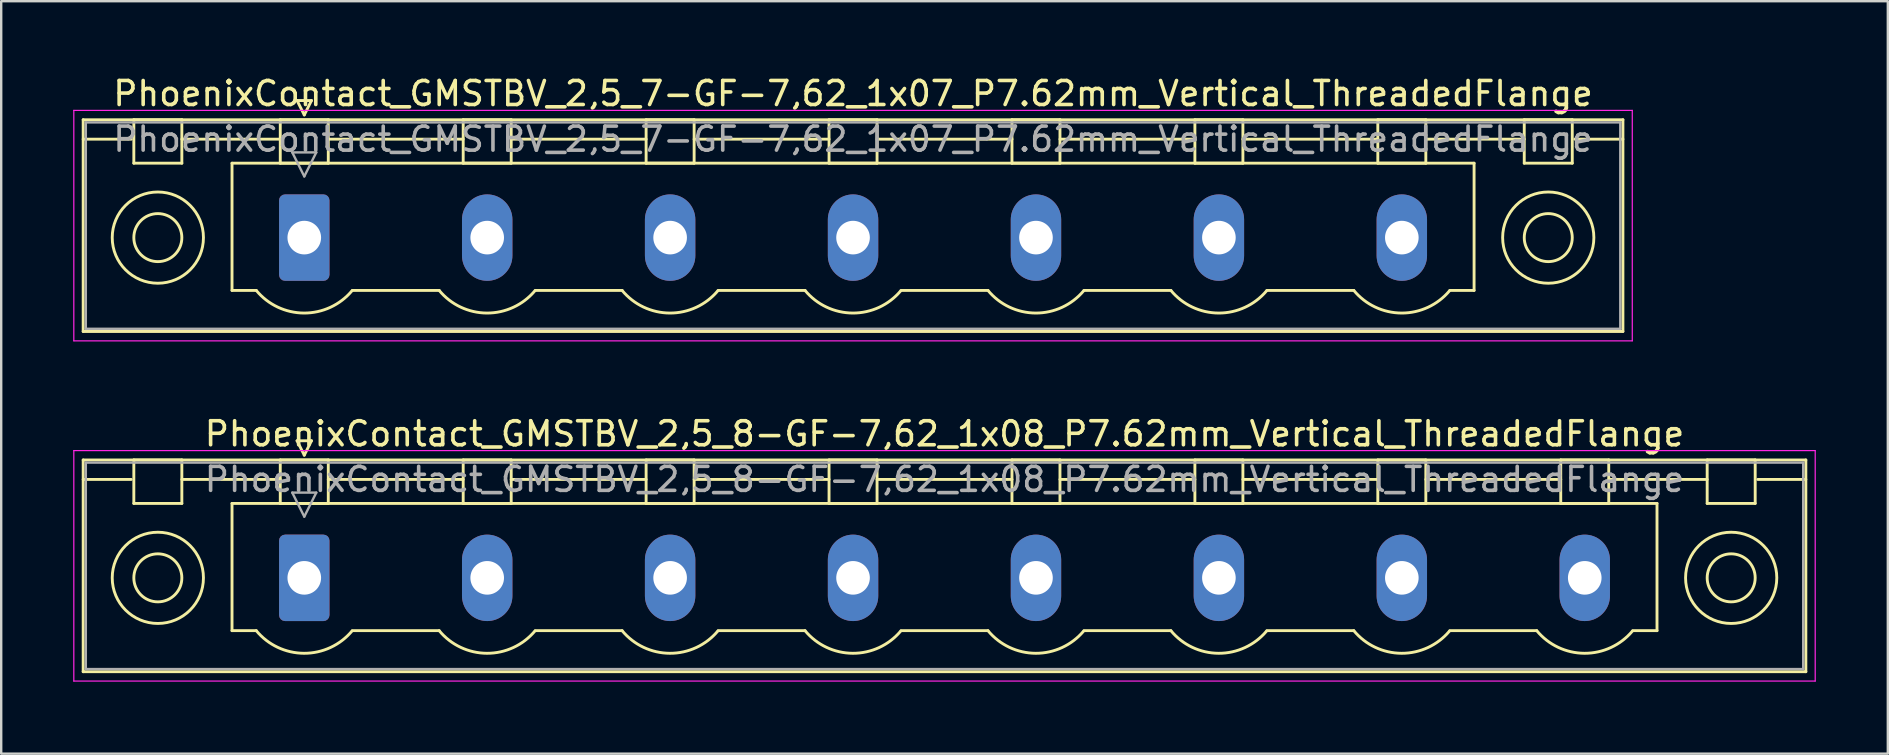
<source format=kicad_pcb>
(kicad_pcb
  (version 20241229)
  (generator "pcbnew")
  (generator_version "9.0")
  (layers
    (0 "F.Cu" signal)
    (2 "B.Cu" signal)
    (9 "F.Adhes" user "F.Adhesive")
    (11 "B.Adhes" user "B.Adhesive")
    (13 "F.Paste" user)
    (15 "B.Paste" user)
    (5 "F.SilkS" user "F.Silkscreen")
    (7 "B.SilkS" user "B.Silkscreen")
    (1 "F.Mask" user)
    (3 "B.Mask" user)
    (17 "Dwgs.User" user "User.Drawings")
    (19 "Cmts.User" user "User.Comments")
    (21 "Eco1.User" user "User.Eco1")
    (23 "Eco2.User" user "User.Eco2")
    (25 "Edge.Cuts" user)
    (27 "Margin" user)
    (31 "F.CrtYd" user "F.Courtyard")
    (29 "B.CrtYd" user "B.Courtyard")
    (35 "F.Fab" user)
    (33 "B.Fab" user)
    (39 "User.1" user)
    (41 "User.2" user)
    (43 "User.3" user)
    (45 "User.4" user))
  (footprint "PhoenixContact_GMSTBV_2,5_7-GF-7,62_1x07_P7.62mm_Vertical_ThreadedFlange"
    (layer "F.Cu")
    (at 9.625 6.848)
    (property "Reference" "PhoenixContact_GMSTBV_2,5_7-GF-7,62_1x07_P7.62mm_Vertical_ThreadedFlange" (at 22.86 -6 0) (layer "F.SilkS") (effects (font (size 1 1) (thickness 0.15))))
    (attr through_hole)
    (fp_line (start -9.21 -4.91) (end -9.21 3.91) (stroke (width 0.12) (type solid)) (layer "F.SilkS"))
    (fp_line (start -9.21 -4.1) (end -7.21 -4.1) (stroke (width 0.12) (type solid)) (layer "F.SilkS"))
    (fp_line (start -9.21 3.91) (end 54.93 3.91) (stroke (width 0.12) (type solid)) (layer "F.SilkS"))
    (fp_line (start -7.1 -4.91) (end -5.1 -4.91) (stroke (width 0.12) (type solid)) (layer "F.SilkS"))
    (fp_line (start -7.1 -3.1) (end -7.1 -4.91) (stroke (width 0.12) (type solid)) (layer "F.SilkS"))
    (fp_line (start -5.1 -4.91) (end -5.1 -3.1) (stroke (width 0.12) (type solid)) (layer "F.SilkS"))
    (fp_line (start -5.1 -4.1) (end -1 -4.1) (stroke (width 0.12) (type solid)) (layer "F.SilkS"))
    (fp_line (start -5.1 -3.1) (end -7.1 -3.1) (stroke (width 0.12) (type solid)) (layer "F.SilkS"))
    (fp_line (start -3.01 -3.1) (end 48.73 -3.1) (stroke (width 0.12) (type solid)) (layer "F.SilkS"))
    (fp_line (start -3.01 2.2) (end -3.01 -3.1) (stroke (width 0.12) (type solid)) (layer "F.SilkS"))
    (fp_line (start -2 2.2) (end -3.01 2.2) (stroke (width 0.12) (type solid)) (layer "F.SilkS"))
    (fp_line (start -1 -4.91) (end 1 -4.91) (stroke (width 0.12) (type solid)) (layer "F.SilkS"))
    (fp_line (start -1 -3.1) (end -1 -4.91) (stroke (width 0.12) (type solid)) (layer "F.SilkS"))
    (fp_line (start -0.3 -5.71) (end 0.3 -5.71) (stroke (width 0.12) (type solid)) (layer "F.SilkS"))
    (fp_line (start 0 -5.11) (end -0.3 -5.71) (stroke (width 0.12) (type solid)) (layer "F.SilkS"))
    (fp_line (start 0.3 -5.71) (end 0 -5.11) (stroke (width 0.12) (type solid)) (layer "F.SilkS"))
    (fp_line (start 1 -4.91) (end 1 -3.1) (stroke (width 0.12) (type solid)) (layer "F.SilkS"))
    (fp_line (start 1 -4.1) (end 6.62 -4.1) (stroke (width 0.12) (type solid)) (layer "F.SilkS"))
    (fp_line (start 1 -3.1) (end -1 -3.1) (stroke (width 0.12) (type solid)) (layer "F.SilkS"))
    (fp_line (start 2 2.2) (end 5.62 2.2) (stroke (width 0.12) (type solid)) (layer "F.SilkS"))
    (fp_line (start 6.62 -4.91) (end 8.62 -4.91) (stroke (width 0.12) (type solid)) (layer "F.SilkS"))
    (fp_line (start 6.62 -3.1) (end 6.62 -4.91) (stroke (width 0.12) (type solid)) (layer "F.SilkS"))
    (fp_line (start 8.62 -4.91) (end 8.62 -3.1) (stroke (width 0.12) (type solid)) (layer "F.SilkS"))
    (fp_line (start 8.62 -4.1) (end 14.24 -4.1) (stroke (width 0.12) (type solid)) (layer "F.SilkS"))
    (fp_line (start 8.62 -3.1) (end 6.62 -3.1) (stroke (width 0.12) (type solid)) (layer "F.SilkS"))
    (fp_line (start 9.62 2.2) (end 13.24 2.2) (stroke (width 0.12) (type solid)) (layer "F.SilkS"))
    (fp_line (start 14.24 -4.91) (end 16.24 -4.91) (stroke (width 0.12) (type solid)) (layer "F.SilkS"))
    (fp_line (start 14.24 -3.1) (end 14.24 -4.91) (stroke (width 0.12) (type solid)) (layer "F.SilkS"))
    (fp_line (start 16.24 -4.91) (end 16.24 -3.1) (stroke (width 0.12) (type solid)) (layer "F.SilkS"))
    (fp_line (start 16.24 -4.1) (end 21.86 -4.1) (stroke (width 0.12) (type solid)) (layer "F.SilkS"))
    (fp_line (start 16.24 -3.1) (end 14.24 -3.1) (stroke (width 0.12) (type solid)) (layer "F.SilkS"))
    (fp_line (start 17.24 2.2) (end 20.86 2.2) (stroke (width 0.12) (type solid)) (layer "F.SilkS"))
    (fp_line (start 21.86 -4.91) (end 23.86 -4.91) (stroke (width 0.12) (type solid)) (layer "F.SilkS"))
    (fp_line (start 21.86 -3.1) (end 21.86 -4.91) (stroke (width 0.12) (type solid)) (layer "F.SilkS"))
    (fp_line (start 23.86 -4.91) (end 23.86 -3.1) (stroke (width 0.12) (type solid)) (layer "F.SilkS"))
    (fp_line (start 23.86 -4.1) (end 29.48 -4.1) (stroke (width 0.12) (type solid)) (layer "F.SilkS"))
    (fp_line (start 23.86 -3.1) (end 21.86 -3.1) (stroke (width 0.12) (type solid)) (layer "F.SilkS"))
    (fp_line (start 24.86 2.2) (end 28.48 2.2) (stroke (width 0.12) (type solid)) (layer "F.SilkS"))
    (fp_line (start 29.48 -4.91) (end 31.48 -4.91) (stroke (width 0.12) (type solid)) (layer "F.SilkS"))
    (fp_line (start 29.48 -3.1) (end 29.48 -4.91) (stroke (width 0.12) (type solid)) (layer "F.SilkS"))
    (fp_line (start 31.48 -4.91) (end 31.48 -3.1) (stroke (width 0.12) (type solid)) (layer "F.SilkS"))
    (fp_line (start 31.48 -4.1) (end 37.1 -4.1) (stroke (width 0.12) (type solid)) (layer "F.SilkS"))
    (fp_line (start 31.48 -3.1) (end 29.48 -3.1) (stroke (width 0.12) (type solid)) (layer "F.SilkS"))
    (fp_line (start 32.48 2.2) (end 36.1 2.2) (stroke (width 0.12) (type solid)) (layer "F.SilkS"))
    (fp_line (start 37.1 -4.91) (end 39.1 -4.91) (stroke (width 0.12) (type solid)) (layer "F.SilkS"))
    (fp_line (start 37.1 -3.1) (end 37.1 -4.91) (stroke (width 0.12) (type solid)) (layer "F.SilkS"))
    (fp_line (start 39.1 -4.91) (end 39.1 -3.1) (stroke (width 0.12) (type solid)) (layer "F.SilkS"))
    (fp_line (start 39.1 -4.1) (end 44.72 -4.1) (stroke (width 0.12) (type solid)) (layer "F.SilkS"))
    (fp_line (start 39.1 -3.1) (end 37.1 -3.1) (stroke (width 0.12) (type solid)) (layer "F.SilkS"))
    (fp_line (start 40.1 2.2) (end 43.72 2.2) (stroke (width 0.12) (type solid)) (layer "F.SilkS"))
    (fp_line (start 44.72 -4.91) (end 46.72 -4.91) (stroke (width 0.12) (type solid)) (layer "F.SilkS"))
    (fp_line (start 44.72 -3.1) (end 44.72 -4.91) (stroke (width 0.12) (type solid)) (layer "F.SilkS"))
    (fp_line (start 46.72 -4.91) (end 46.72 -3.1) (stroke (width 0.12) (type solid)) (layer "F.SilkS"))
    (fp_line (start 46.72 -4.1) (end 50.82 -4.1) (stroke (width 0.12) (type solid)) (layer "F.SilkS"))
    (fp_line (start 46.72 -3.1) (end 44.72 -3.1) (stroke (width 0.12) (type solid)) (layer "F.SilkS"))
    (fp_line (start 48.73 -3.1) (end 48.73 2.2) (stroke (width 0.12) (type solid)) (layer "F.SilkS"))
    (fp_line (start 48.73 2.2) (end 47.72 2.2) (stroke (width 0.12) (type solid)) (layer "F.SilkS"))
    (fp_line (start 50.82 -4.91) (end 52.82 -4.91) (stroke (width 0.12) (type solid)) (layer "F.SilkS"))
    (fp_line (start 50.82 -3.1) (end 50.82 -4.91) (stroke (width 0.12) (type solid)) (layer "F.SilkS"))
    (fp_line (start 52.82 -4.91) (end 52.82 -3.1) (stroke (width 0.12) (type solid)) (layer "F.SilkS"))
    (fp_line (start 52.82 -3.1) (end 50.82 -3.1) (stroke (width 0.12) (type solid)) (layer "F.SilkS"))
    (fp_line (start 54.93 -4.91) (end -9.21 -4.91) (stroke (width 0.12) (type solid)) (layer "F.SilkS"))
    (fp_line (start 54.93 -4.1) (end 52.93 -4.1) (stroke (width 0.12) (type solid)) (layer "F.SilkS"))
    (fp_line (start 54.93 3.91) (end 54.93 -4.91) (stroke (width 0.12) (type solid)) (layer "F.SilkS"))
    (fp_arc (start 1.986842 2.215821) (mid -0.010289 3.142758) (end -2 2.2) (stroke (width 0.12) (type solid)) (layer "F.SilkS"))
    (fp_arc (start 9.606842 2.215821) (mid 7.609711 3.142758) (end 5.62 2.2) (stroke (width 0.12) (type solid)) (layer "F.SilkS"))
    (fp_arc (start 17.226842 2.215821) (mid 15.229711 3.142758) (end 13.24 2.2) (stroke (width 0.12) (type solid)) (layer "F.SilkS"))
    (fp_arc (start 24.846842 2.215821) (mid 22.849711 3.142758) (end 20.86 2.2) (stroke (width 0.12) (type solid)) (layer "F.SilkS"))
    (fp_arc (start 32.466842 2.215821) (mid 30.469711 3.142758) (end 28.48 2.2) (stroke (width 0.12) (type solid)) (layer "F.SilkS"))
    (fp_arc (start 40.086842 2.215821) (mid 38.089711 3.142758) (end 36.1 2.2) (stroke (width 0.12) (type solid)) (layer "F.SilkS"))
    (fp_arc (start 47.706842 2.215821) (mid 45.709711 3.142758) (end 43.72 2.2) (stroke (width 0.12) (type solid)) (layer "F.SilkS"))
    (fp_circle (center -6.1 0) (end -5.1 0) (stroke (width 0.12) (type solid)) (fill no) (layer "F.SilkS"))
    (fp_circle (center -6.1 0) (end -4.2 0) (stroke (width 0.12) (type solid)) (fill no) (layer "F.SilkS"))
    (fp_circle (center 51.82 0) (end 52.82 0) (stroke (width 0.12) (type solid)) (fill no) (layer "F.SilkS"))
    (fp_circle (center 51.82 0) (end 53.72 0) (stroke (width 0.12) (type solid)) (fill no) (layer "F.SilkS"))
    (fp_line (start -9.6 -5.3) (end -9.6 4.3) (stroke (width 0.05) (type solid)) (layer "F.CrtYd"))
    (fp_line (start -9.6 4.3) (end 55.32 4.3) (stroke (width 0.05) (type solid)) (layer "F.CrtYd"))
    (fp_line (start 55.32 -5.3) (end -9.6 -5.3) (stroke (width 0.05) (type solid)) (layer "F.CrtYd"))
    (fp_line (start 55.32 4.3) (end 55.32 -5.3) (stroke (width 0.05) (type solid)) (layer "F.CrtYd"))
    (fp_line (start -9.1 -4.8) (end -9.1 3.8) (stroke (width 0.1) (type solid)) (layer "F.Fab"))
    (fp_line (start -9.1 3.8) (end 54.82 3.8) (stroke (width 0.1) (type solid)) (layer "F.Fab"))
    (fp_line (start -0.5 -3.55) (end 0.5 -3.55) (stroke (width 0.1) (type solid)) (layer "F.Fab"))
    (fp_line (start 0 -2.55) (end -0.5 -3.55) (stroke (width 0.1) (type solid)) (layer "F.Fab"))
    (fp_line (start 0.5 -3.55) (end 0 -2.55) (stroke (width 0.1) (type solid)) (layer "F.Fab"))
    (fp_line (start 54.82 -4.8) (end -9.1 -4.8) (stroke (width 0.1) (type solid)) (layer "F.Fab"))
    (fp_line (start 54.82 3.8) (end 54.82 -4.8) (stroke (width 0.1) (type solid)) (layer "F.Fab"))
    (fp_text user "${REFERENCE}" (at 22.86 -4.1 0) (layer "F.Fab") (effects (font (size 1 1) (thickness 0.15))))
    (pad "1" thru_hole roundrect (at 0 0) (size 2.1 3.6) (drill 1.4) (layers "*.Cu" "*.Mask") (roundrect_rratio 0.119))
    (pad "2" thru_hole oval (at 7.62 0) (size 2.1 3.6) (drill 1.4) (layers "*.Cu" "*.Mask"))
    (pad "3" thru_hole oval (at 15.24 0) (size 2.1 3.6) (drill 1.4) (layers "*.Cu" "*.Mask"))
    (pad "4" thru_hole oval (at 22.86 0) (size 2.1 3.6) (drill 1.4) (layers "*.Cu" "*.Mask"))
    (pad "5" thru_hole oval (at 30.48 0) (size 2.1 3.6) (drill 1.4) (layers "*.Cu" "*.Mask"))
    (pad "6" thru_hole oval (at 38.1 0) (size 2.1 3.6) (drill 1.4) (layers "*.Cu" "*.Mask"))
    (pad "7" thru_hole oval (at 45.72 0) (size 2.1 3.6) (drill 1.4) (layers "*.Cu" "*.Mask")))
  (footprint "PhoenixContact_GMSTBV_2,5_8-GF-7,62_1x08_P7.62mm_Vertical_ThreadedFlange"
    (layer "F.Cu")
    (at 9.625 21.021)
    (property "Reference" "PhoenixContact_GMSTBV_2,5_8-GF-7,62_1x08_P7.62mm_Vertical_ThreadedFlange" (at 26.67 -6 0) (layer "F.SilkS") (effects (font (size 1 1) (thickness 0.15))))
    (attr through_hole)
    (fp_line (start -9.21 -4.91) (end -9.21 3.91) (stroke (width 0.12) (type solid)) (layer "F.SilkS"))
    (fp_line (start -9.21 -4.1) (end -7.21 -4.1) (stroke (width 0.12) (type solid)) (layer "F.SilkS"))
    (fp_line (start -9.21 3.91) (end 62.55 3.91) (stroke (width 0.12) (type solid)) (layer "F.SilkS"))
    (fp_line (start -7.1 -4.91) (end -5.1 -4.91) (stroke (width 0.12) (type solid)) (layer "F.SilkS"))
    (fp_line (start -7.1 -3.1) (end -7.1 -4.91) (stroke (width 0.12) (type solid)) (layer "F.SilkS"))
    (fp_line (start -5.1 -4.91) (end -5.1 -3.1) (stroke (width 0.12) (type solid)) (layer "F.SilkS"))
    (fp_line (start -5.1 -4.1) (end -1 -4.1) (stroke (width 0.12) (type solid)) (layer "F.SilkS"))
    (fp_line (start -5.1 -3.1) (end -7.1 -3.1) (stroke (width 0.12) (type solid)) (layer "F.SilkS"))
    (fp_line (start -3.01 -3.1) (end 56.35 -3.1) (stroke (width 0.12) (type solid)) (layer "F.SilkS"))
    (fp_line (start -3.01 2.2) (end -3.01 -3.1) (stroke (width 0.12) (type solid)) (layer "F.SilkS"))
    (fp_line (start -2 2.2) (end -3.01 2.2) (stroke (width 0.12) (type solid)) (layer "F.SilkS"))
    (fp_line (start -1 -4.91) (end 1 -4.91) (stroke (width 0.12) (type solid)) (layer "F.SilkS"))
    (fp_line (start -1 -3.1) (end -1 -4.91) (stroke (width 0.12) (type solid)) (layer "F.SilkS"))
    (fp_line (start -0.3 -5.71) (end 0.3 -5.71) (stroke (width 0.12) (type solid)) (layer "F.SilkS"))
    (fp_line (start 0 -5.11) (end -0.3 -5.71) (stroke (width 0.12) (type solid)) (layer "F.SilkS"))
    (fp_line (start 0.3 -5.71) (end 0 -5.11) (stroke (width 0.12) (type solid)) (layer "F.SilkS"))
    (fp_line (start 1 -4.91) (end 1 -3.1) (stroke (width 0.12) (type solid)) (layer "F.SilkS"))
    (fp_line (start 1 -4.1) (end 6.62 -4.1) (stroke (width 0.12) (type solid)) (layer "F.SilkS"))
    (fp_line (start 1 -3.1) (end -1 -3.1) (stroke (width 0.12) (type solid)) (layer "F.SilkS"))
    (fp_line (start 2 2.2) (end 5.62 2.2) (stroke (width 0.12) (type solid)) (layer "F.SilkS"))
    (fp_line (start 6.62 -4.91) (end 8.62 -4.91) (stroke (width 0.12) (type solid)) (layer "F.SilkS"))
    (fp_line (start 6.62 -3.1) (end 6.62 -4.91) (stroke (width 0.12) (type solid)) (layer "F.SilkS"))
    (fp_line (start 8.62 -4.91) (end 8.62 -3.1) (stroke (width 0.12) (type solid)) (layer "F.SilkS"))
    (fp_line (start 8.62 -4.1) (end 14.24 -4.1) (stroke (width 0.12) (type solid)) (layer "F.SilkS"))
    (fp_line (start 8.62 -3.1) (end 6.62 -3.1) (stroke (width 0.12) (type solid)) (layer "F.SilkS"))
    (fp_line (start 9.62 2.2) (end 13.24 2.2) (stroke (width 0.12) (type solid)) (layer "F.SilkS"))
    (fp_line (start 14.24 -4.91) (end 16.24 -4.91) (stroke (width 0.12) (type solid)) (layer "F.SilkS"))
    (fp_line (start 14.24 -3.1) (end 14.24 -4.91) (stroke (width 0.12) (type solid)) (layer "F.SilkS"))
    (fp_line (start 16.24 -4.91) (end 16.24 -3.1) (stroke (width 0.12) (type solid)) (layer "F.SilkS"))
    (fp_line (start 16.24 -4.1) (end 21.86 -4.1) (stroke (width 0.12) (type solid)) (layer "F.SilkS"))
    (fp_line (start 16.24 -3.1) (end 14.24 -3.1) (stroke (width 0.12) (type solid)) (layer "F.SilkS"))
    (fp_line (start 17.24 2.2) (end 20.86 2.2) (stroke (width 0.12) (type solid)) (layer "F.SilkS"))
    (fp_line (start 21.86 -4.91) (end 23.86 -4.91) (stroke (width 0.12) (type solid)) (layer "F.SilkS"))
    (fp_line (start 21.86 -3.1) (end 21.86 -4.91) (stroke (width 0.12) (type solid)) (layer "F.SilkS"))
    (fp_line (start 23.86 -4.91) (end 23.86 -3.1) (stroke (width 0.12) (type solid)) (layer "F.SilkS"))
    (fp_line (start 23.86 -4.1) (end 29.48 -4.1) (stroke (width 0.12) (type solid)) (layer "F.SilkS"))
    (fp_line (start 23.86 -3.1) (end 21.86 -3.1) (stroke (width 0.12) (type solid)) (layer "F.SilkS"))
    (fp_line (start 24.86 2.2) (end 28.48 2.2) (stroke (width 0.12) (type solid)) (layer "F.SilkS"))
    (fp_line (start 29.48 -4.91) (end 31.48 -4.91) (stroke (width 0.12) (type solid)) (layer "F.SilkS"))
    (fp_line (start 29.48 -3.1) (end 29.48 -4.91) (stroke (width 0.12) (type solid)) (layer "F.SilkS"))
    (fp_line (start 31.48 -4.91) (end 31.48 -3.1) (stroke (width 0.12) (type solid)) (layer "F.SilkS"))
    (fp_line (start 31.48 -4.1) (end 37.1 -4.1) (stroke (width 0.12) (type solid)) (layer "F.SilkS"))
    (fp_line (start 31.48 -3.1) (end 29.48 -3.1) (stroke (width 0.12) (type solid)) (layer "F.SilkS"))
    (fp_line (start 32.48 2.2) (end 36.1 2.2) (stroke (width 0.12) (type solid)) (layer "F.SilkS"))
    (fp_line (start 37.1 -4.91) (end 39.1 -4.91) (stroke (width 0.12) (type solid)) (layer "F.SilkS"))
    (fp_line (start 37.1 -3.1) (end 37.1 -4.91) (stroke (width 0.12) (type solid)) (layer "F.SilkS"))
    (fp_line (start 39.1 -4.91) (end 39.1 -3.1) (stroke (width 0.12) (type solid)) (layer "F.SilkS"))
    (fp_line (start 39.1 -4.1) (end 44.72 -4.1) (stroke (width 0.12) (type solid)) (layer "F.SilkS"))
    (fp_line (start 39.1 -3.1) (end 37.1 -3.1) (stroke (width 0.12) (type solid)) (layer "F.SilkS"))
    (fp_line (start 40.1 2.2) (end 43.72 2.2) (stroke (width 0.12) (type solid)) (layer "F.SilkS"))
    (fp_line (start 44.72 -4.91) (end 46.72 -4.91) (stroke (width 0.12) (type solid)) (layer "F.SilkS"))
    (fp_line (start 44.72 -3.1) (end 44.72 -4.91) (stroke (width 0.12) (type solid)) (layer "F.SilkS"))
    (fp_line (start 46.72 -4.91) (end 46.72 -3.1) (stroke (width 0.12) (type solid)) (layer "F.SilkS"))
    (fp_line (start 46.72 -4.1) (end 52.34 -4.1) (stroke (width 0.12) (type solid)) (layer "F.SilkS"))
    (fp_line (start 46.72 -3.1) (end 44.72 -3.1) (stroke (width 0.12) (type solid)) (layer "F.SilkS"))
    (fp_line (start 47.72 2.2) (end 51.34 2.2) (stroke (width 0.12) (type solid)) (layer "F.SilkS"))
    (fp_line (start 52.34 -4.91) (end 54.34 -4.91) (stroke (width 0.12) (type solid)) (layer "F.SilkS"))
    (fp_line (start 52.34 -3.1) (end 52.34 -4.91) (stroke (width 0.12) (type solid)) (layer "F.SilkS"))
    (fp_line (start 54.34 -4.91) (end 54.34 -3.1) (stroke (width 0.12) (type solid)) (layer "F.SilkS"))
    (fp_line (start 54.34 -4.1) (end 58.44 -4.1) (stroke (width 0.12) (type solid)) (layer "F.SilkS"))
    (fp_line (start 54.34 -3.1) (end 52.34 -3.1) (stroke (width 0.12) (type solid)) (layer "F.SilkS"))
    (fp_line (start 56.35 -3.1) (end 56.35 2.2) (stroke (width 0.12) (type solid)) (layer "F.SilkS"))
    (fp_line (start 56.35 2.2) (end 55.34 2.2) (stroke (width 0.12) (type solid)) (layer "F.SilkS"))
    (fp_line (start 58.44 -4.91) (end 60.44 -4.91) (stroke (width 0.12) (type solid)) (layer "F.SilkS"))
    (fp_line (start 58.44 -3.1) (end 58.44 -4.91) (stroke (width 0.12) (type solid)) (layer "F.SilkS"))
    (fp_line (start 60.44 -4.91) (end 60.44 -3.1) (stroke (width 0.12) (type solid)) (layer "F.SilkS"))
    (fp_line (start 60.44 -3.1) (end 58.44 -3.1) (stroke (width 0.12) (type solid)) (layer "F.SilkS"))
    (fp_line (start 62.55 -4.91) (end -9.21 -4.91) (stroke (width 0.12) (type solid)) (layer "F.SilkS"))
    (fp_line (start 62.55 -4.1) (end 60.55 -4.1) (stroke (width 0.12) (type solid)) (layer "F.SilkS"))
    (fp_line (start 62.55 3.91) (end 62.55 -4.91) (stroke (width 0.12) (type solid)) (layer "F.SilkS"))
    (fp_arc (start 1.986842 2.215821) (mid -0.010289 3.142758) (end -2 2.2) (stroke (width 0.12) (type solid)) (layer "F.SilkS"))
    (fp_arc (start 9.606842 2.215821) (mid 7.609711 3.142758) (end 5.62 2.2) (stroke (width 0.12) (type solid)) (layer "F.SilkS"))
    (fp_arc (start 17.226842 2.215821) (mid 15.229711 3.142758) (end 13.24 2.2) (stroke (width 0.12) (type solid)) (layer "F.SilkS"))
    (fp_arc (start 24.846842 2.215821) (mid 22.849711 3.142758) (end 20.86 2.2) (stroke (width 0.12) (type solid)) (layer "F.SilkS"))
    (fp_arc (start 32.466842 2.215821) (mid 30.469711 3.142758) (end 28.48 2.2) (stroke (width 0.12) (type solid)) (layer "F.SilkS"))
    (fp_arc (start 40.086842 2.215821) (mid 38.089711 3.142758) (end 36.1 2.2) (stroke (width 0.12) (type solid)) (layer "F.SilkS"))
    (fp_arc (start 47.706842 2.215821) (mid 45.709711 3.142758) (end 43.72 2.2) (stroke (width 0.12) (type solid)) (layer "F.SilkS"))
    (fp_arc (start 55.326842 2.215821) (mid 53.329711 3.142758) (end 51.34 2.2) (stroke (width 0.12) (type solid)) (layer "F.SilkS"))
    (fp_circle (center -6.1 0) (end -5.1 0) (stroke (width 0.12) (type solid)) (fill no) (layer "F.SilkS"))
    (fp_circle (center -6.1 0) (end -4.2 0) (stroke (width 0.12) (type solid)) (fill no) (layer "F.SilkS"))
    (fp_circle (center 59.44 0) (end 60.44 0) (stroke (width 0.12) (type solid)) (fill no) (layer "F.SilkS"))
    (fp_circle (center 59.44 0) (end 61.34 0) (stroke (width 0.12) (type solid)) (fill no) (layer "F.SilkS"))
    (fp_line (start -9.6 -5.3) (end -9.6 4.3) (stroke (width 0.05) (type solid)) (layer "F.CrtYd"))
    (fp_line (start -9.6 4.3) (end 62.94 4.3) (stroke (width 0.05) (type solid)) (layer "F.CrtYd"))
    (fp_line (start 62.94 -5.3) (end -9.6 -5.3) (stroke (width 0.05) (type solid)) (layer "F.CrtYd"))
    (fp_line (start 62.94 4.3) (end 62.94 -5.3) (stroke (width 0.05) (type solid)) (layer "F.CrtYd"))
    (fp_line (start -9.1 -4.8) (end -9.1 3.8) (stroke (width 0.1) (type solid)) (layer "F.Fab"))
    (fp_line (start -9.1 3.8) (end 62.44 3.8) (stroke (width 0.1) (type solid)) (layer "F.Fab"))
    (fp_line (start -0.5 -3.55) (end 0.5 -3.55) (stroke (width 0.1) (type solid)) (layer "F.Fab"))
    (fp_line (start 0 -2.55) (end -0.5 -3.55) (stroke (width 0.1) (type solid)) (layer "F.Fab"))
    (fp_line (start 0.5 -3.55) (end 0 -2.55) (stroke (width 0.1) (type solid)) (layer "F.Fab"))
    (fp_line (start 62.44 -4.8) (end -9.1 -4.8) (stroke (width 0.1) (type solid)) (layer "F.Fab"))
    (fp_line (start 62.44 3.8) (end 62.44 -4.8) (stroke (width 0.1) (type solid)) (layer "F.Fab"))
    (fp_text user "${REFERENCE}" (at 26.67 -4.1 0) (layer "F.Fab") (effects (font (size 1 1) (thickness 0.15))))
    (pad "1" thru_hole roundrect (at 0 0) (size 2.1 3.6) (drill 1.4) (layers "*.Cu" "*.Mask") (roundrect_rratio 0.119))
    (pad "2" thru_hole oval (at 7.62 0) (size 2.1 3.6) (drill 1.4) (layers "*.Cu" "*.Mask"))
    (pad "3" thru_hole oval (at 15.24 0) (size 2.1 3.6) (drill 1.4) (layers "*.Cu" "*.Mask"))
    (pad "4" thru_hole oval (at 22.86 0) (size 2.1 3.6) (drill 1.4) (layers "*.Cu" "*.Mask"))
    (pad "5" thru_hole oval (at 30.48 0) (size 2.1 3.6) (drill 1.4) (layers "*.Cu" "*.Mask"))
    (pad "6" thru_hole oval (at 38.1 0) (size 2.1 3.6) (drill 1.4) (layers "*.Cu" "*.Mask"))
    (pad "7" thru_hole oval (at 45.72 0) (size 2.1 3.6) (drill 1.4) (layers "*.Cu" "*.Mask"))
    (pad "8" thru_hole oval (at 53.34 0) (size 2.1 3.6) (drill 1.4) (layers "*.Cu" "*.Mask")))
  (gr_rect
    (start -3 -3)
    (end 75.59 28.346)
    (stroke (width 0.1) (type default))
    (fill no)
    (layer "Edge.Cuts")))
</source>
